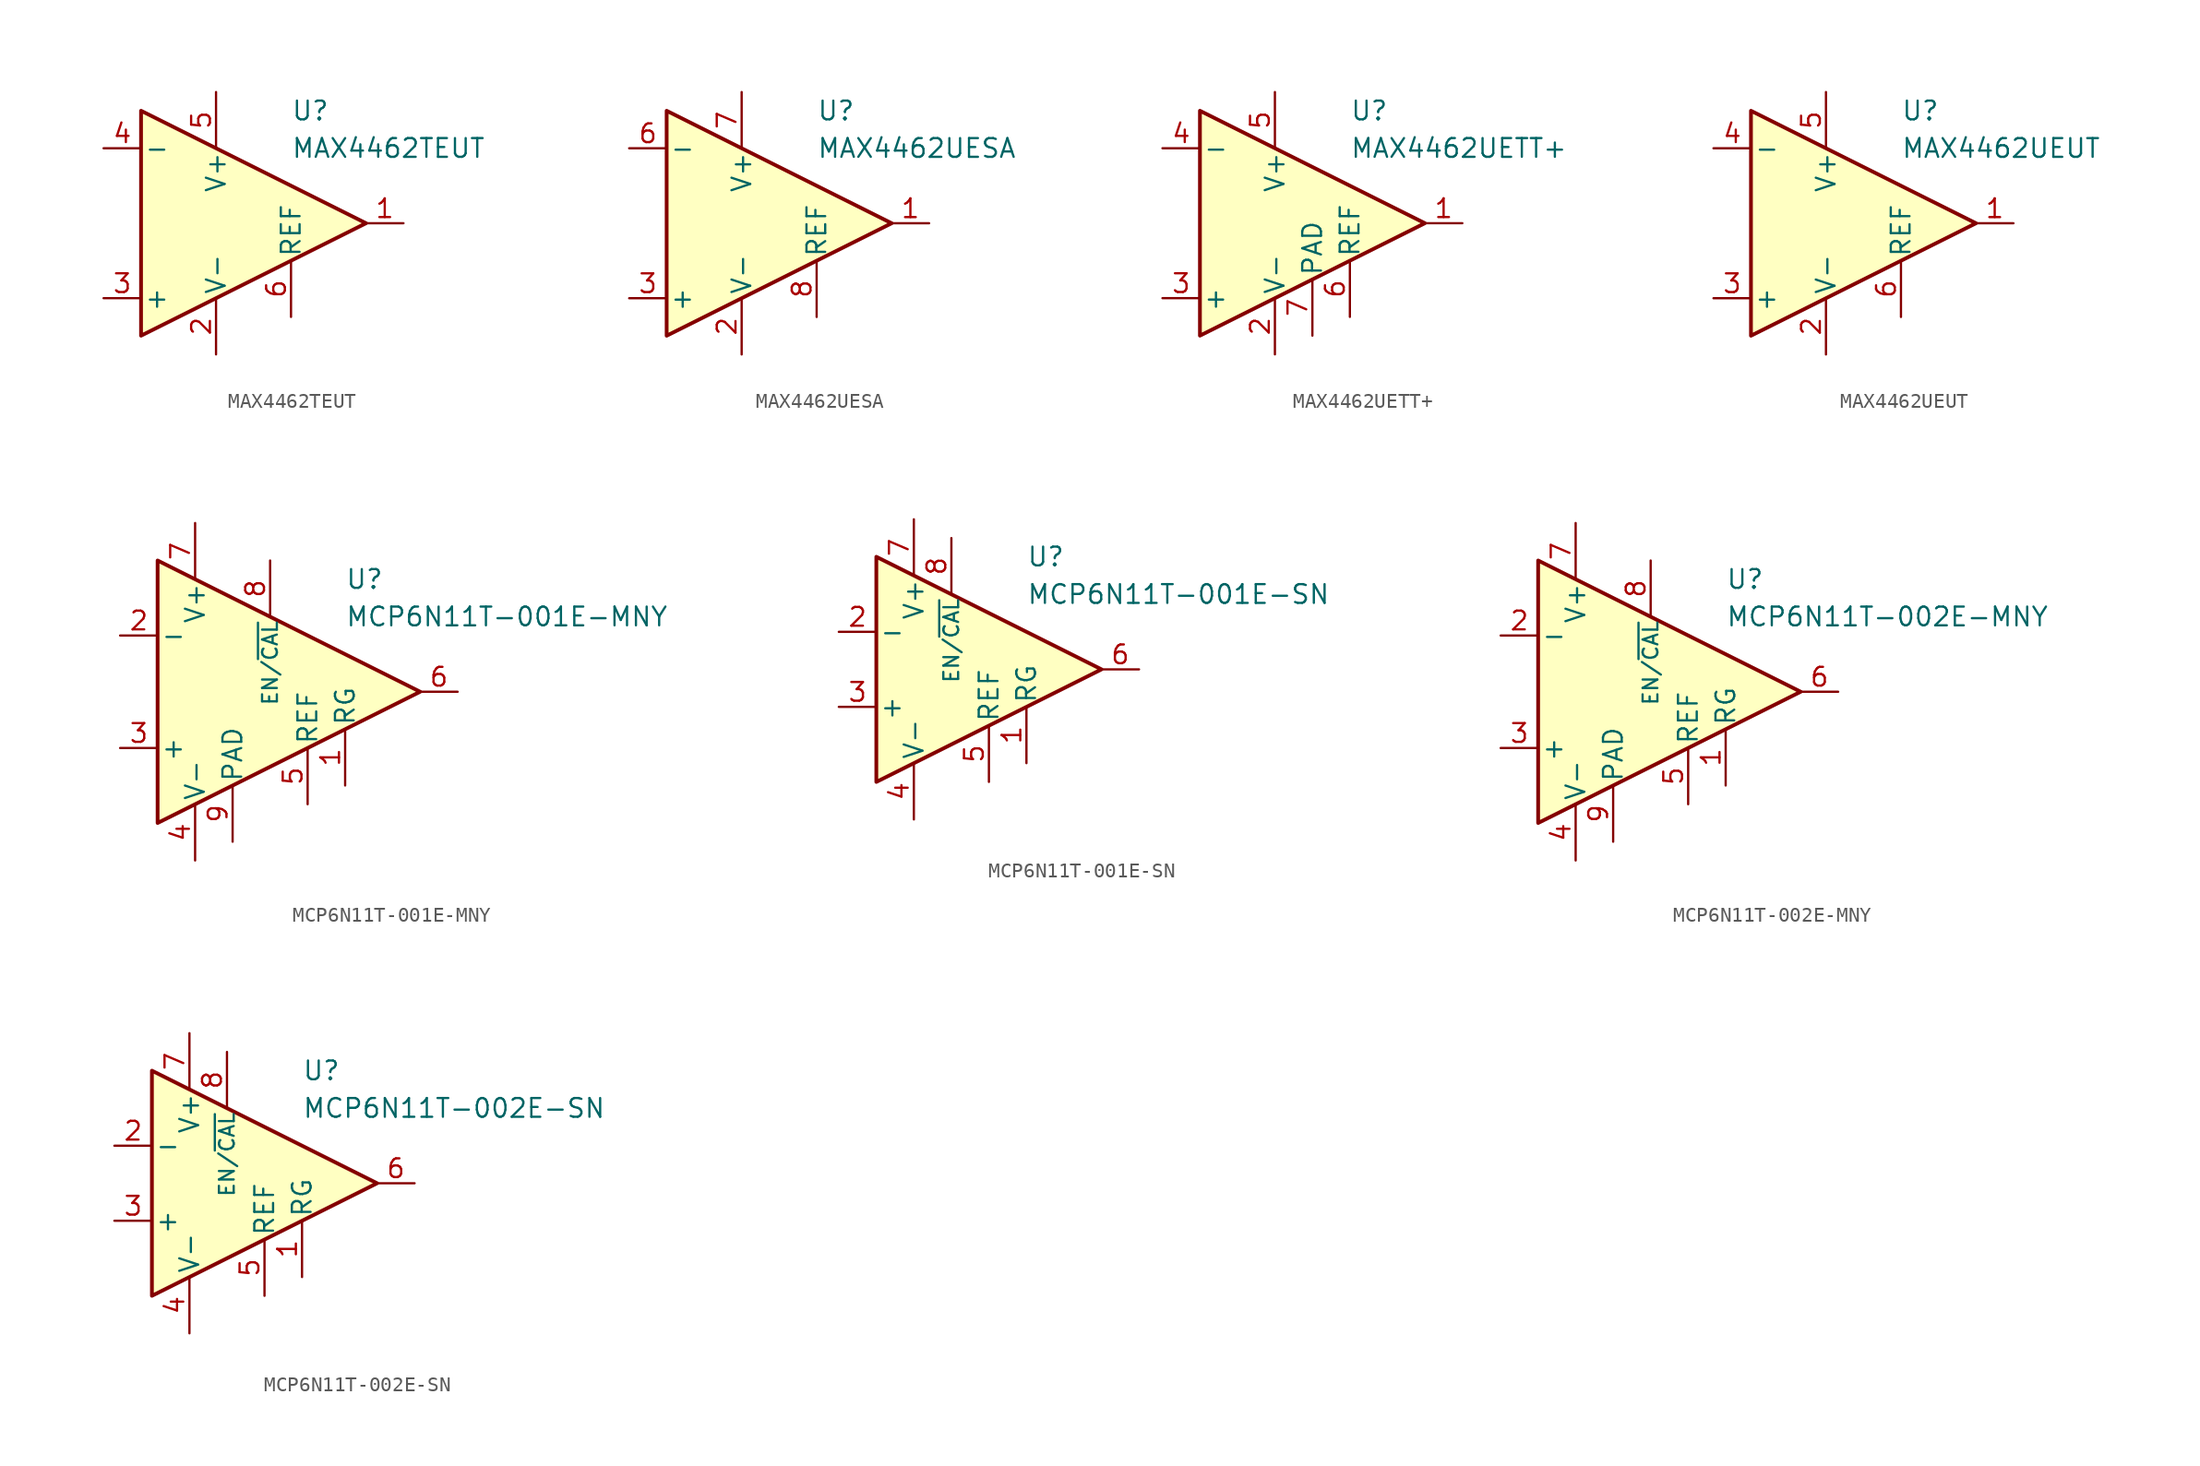
<source format=kicad_sym>
(kicad_symbol_lib
  (version 20211014)
  (generator kicad_symbol_editor)
  (symbol "MAX4462TEUT"
    (pin_names
      (offset 0.2))
    (property "Reference" "U"
      (at 6.35 7.62 0)
      (effects (font (size 1.27 1.27)) (justify left)))
    (property "Value" "MAX4462TEUT"
      (at 6.35 5.08 0)
      (effects (font (size 1.27 1.27)) (justify left)))
    (symbol "MAX4462TEUT_0_1"
      (polyline (pts (xy -3.81 7.62) (xy -3.81 -7.62) (xy 11.43 0) (xy -3.81 7.62)) (stroke (width 0.254) (type default) (color 0 0 0 0)) (fill (type background))))
    (symbol "MAX4462TEUT_1_1"
      (pin output line (at 13.97 0 180) (length 2.54) (name "~" (effects (font (size 1.27 1.27)))) (number "1" (effects (font (size 1.27 1.27)))))
      (pin power_in line (at 1.27 -8.89 90) (length 3.81) (name "V-" (effects (font (size 1.27 1.27)))) (number "2" (effects (font (size 1.27 1.27)))))
      (pin input line (at -6.35 -5.08 0) (length 2.54) (name "+" (effects (font (size 1.27 1.27)))) (number "3" (effects (font (size 1.27 1.27)))))
      (pin input line (at -6.35 5.08 0) (length 2.54) (name "-" (effects (font (size 1.27 1.27)))) (number "4" (effects (font (size 1.27 1.27)))))
      (pin power_in line (at 1.27 8.89 270) (length 3.81) (name "V+" (effects (font (size 1.27 1.27)))) (number "5" (effects (font (size 1.27 1.27)))))
      (pin input line (at 6.35 -6.35 90) (length 3.81) (name "REF" (effects (font (size 1.27 1.27)))) (number "6" (effects (font (size 1.27 1.27)))))))
  (symbol "MAX4462UESA"
    (pin_names
      (offset 0.2))
    (property "Reference" "U"
      (at 6.35 7.62 0)
      (effects (font (size 1.27 1.27)) (justify left)))
    (property "Value" "MAX4462UESA"
      (at 6.35 5.08 0)
      (effects (font (size 1.27 1.27)) (justify left)))
    (symbol "MAX4462UESA_0_1"
      (polyline (pts (xy -3.81 7.62) (xy -3.81 -7.62) (xy 11.43 0) (xy -3.81 7.62)) (stroke (width 0.254) (type default) (color 0 0 0 0)) (fill (type background))))
    (symbol "MAX4462UESA_1_1"
      (pin output line (at 13.97 0 180) (length 2.54) (name "~" (effects (font (size 1.27 1.27)))) (number "1" (effects (font (size 1.27 1.27)))))
      (pin power_in line (at 1.27 -8.89 90) (length 3.81) (name "V-" (effects (font (size 1.27 1.27)))) (number "2" (effects (font (size 1.27 1.27)))))
      (pin input line (at -6.35 -5.08 0) (length 2.54) (name "+" (effects (font (size 1.27 1.27)))) (number "3" (effects (font (size 1.27 1.27)))))
      (pin no_connect line (at -1.27 1.27 0) (length 2.54) hide (name "NC" (effects (font (size 1.27 1.27)))) (number "4" (effects (font (size 1.27 1.27)))))
      (pin no_connect line (at -1.27 -1.27 0) (length 2.54) hide (name "NC" (effects (font (size 1.27 1.27)))) (number "5" (effects (font (size 1.27 1.27)))))
      (pin input line (at -6.35 5.08 0) (length 2.54) (name "-" (effects (font (size 1.27 1.27)))) (number "6" (effects (font (size 1.27 1.27)))))
      (pin power_in line (at 1.27 8.89 270) (length 3.81) (name "V+" (effects (font (size 1.27 1.27)))) (number "7" (effects (font (size 1.27 1.27)))))
      (pin input line (at 6.35 -6.35 90) (length 3.81) (name "REF" (effects (font (size 1.27 1.27)))) (number "8" (effects (font (size 1.27 1.27)))))))
  (symbol "MAX4462UETT+"
    (pin_names
      (offset 0.2))
    (property "Reference" "U"
      (at 6.35 7.62 0)
      (effects (font (size 1.27 1.27)) (justify left)))
    (property "Value" "MAX4462UETT+"
      (at 6.35 5.08 0)
      (effects (font (size 1.27 1.27)) (justify left)))
    (symbol "MAX4462UETT+_0_1"
      (polyline (pts (xy -3.81 7.62) (xy -3.81 -7.62) (xy 11.43 0) (xy -3.81 7.62)) (stroke (width 0.254) (type default) (color 0 0 0 0)) (fill (type background))))
    (symbol "MAX4462UETT+_1_1"
      (pin output line (at 13.97 0 180) (length 2.54) (name "~" (effects (font (size 1.27 1.27)))) (number "1" (effects (font (size 1.27 1.27)))))
      (pin power_in line (at 1.27 -8.89 90) (length 3.81) (name "V-" (effects (font (size 1.27 1.27)))) (number "2" (effects (font (size 1.27 1.27)))))
      (pin input line (at -6.35 -5.08 0) (length 2.54) (name "+" (effects (font (size 1.27 1.27)))) (number "3" (effects (font (size 1.27 1.27)))))
      (pin input line (at -6.35 5.08 0) (length 2.54) (name "-" (effects (font (size 1.27 1.27)))) (number "4" (effects (font (size 1.27 1.27)))))
      (pin power_in line (at 1.27 8.89 270) (length 3.81) (name "V+" (effects (font (size 1.27 1.27)))) (number "5" (effects (font (size 1.27 1.27)))))
      (pin input line (at 6.35 -6.35 90) (length 3.81) (name "REF" (effects (font (size 1.27 1.27)))) (number "6" (effects (font (size 1.27 1.27)))))
      (pin power_in line (at 3.81 -7.62 90) (length 3.81) (name "PAD" (effects (font (size 1.27 1.27)))) (number "7" (effects (font (size 1.27 1.27)))))))
  (symbol "MAX4462UEUT"
    (pin_names
      (offset 0.2))
    (property "Reference" "U"
      (at 6.35 7.62 0)
      (effects (font (size 1.27 1.27)) (justify left)))
    (property "Value" "MAX4462UEUT"
      (at 6.35 5.08 0)
      (effects (font (size 1.27 1.27)) (justify left)))
    (symbol "MAX4462UEUT_0_1"
      (polyline (pts (xy -3.81 7.62) (xy -3.81 -7.62) (xy 11.43 0) (xy -3.81 7.62)) (stroke (width 0.254) (type default) (color 0 0 0 0)) (fill (type background))))
    (symbol "MAX4462UEUT_1_1"
      (pin output line (at 13.97 0 180) (length 2.54) (name "~" (effects (font (size 1.27 1.27)))) (number "1" (effects (font (size 1.27 1.27)))))
      (pin power_in line (at 1.27 -8.89 90) (length 3.81) (name "V-" (effects (font (size 1.27 1.27)))) (number "2" (effects (font (size 1.27 1.27)))))
      (pin input line (at -6.35 -5.08 0) (length 2.54) (name "+" (effects (font (size 1.27 1.27)))) (number "3" (effects (font (size 1.27 1.27)))))
      (pin input line (at -6.35 5.08 0) (length 2.54) (name "-" (effects (font (size 1.27 1.27)))) (number "4" (effects (font (size 1.27 1.27)))))
      (pin power_in line (at 1.27 8.89 270) (length 3.81) (name "V+" (effects (font (size 1.27 1.27)))) (number "5" (effects (font (size 1.27 1.27)))))
      (pin input line (at 6.35 -6.35 90) (length 3.81) (name "REF" (effects (font (size 1.27 1.27)))) (number "6" (effects (font (size 1.27 1.27)))))))
  (symbol "MCP6N11T-001E-MNY"
    (pin_names
      (offset 0.2))
    (property "Reference" "U"
      (at 6.35 7.62 0)
      (effects (font (size 1.27 1.27)) (justify left)))
    (property "Value" "MCP6N11T-001E-MNY"
      (at 6.35 5.08 0)
      (effects (font (size 1.27 1.27)) (justify left)))
    (symbol "MCP6N11T-001E-MNY_0_1"
      (polyline (pts (xy -6.35 8.89) (xy -6.35 -8.89) (xy 11.43 0) (xy -6.35 8.89)) (stroke (width 0.254) (type default) (color 0 0 0 0)) (fill (type background))))
    (symbol "MCP6N11T-001E-MNY_1_1"
      (pin passive line (at 6.35 -6.35 90) (length 3.81) (name "RG" (effects (font (size 1.27 1.27)))) (number "1" (effects (font (size 1.27 1.27)))))
      (pin input line (at -8.89 3.81 0) (length 2.54) (name "-" (effects (font (size 1.27 1.27)))) (number "2" (effects (font (size 1.27 1.27)))))
      (pin input line (at -8.89 -3.81 0) (length 2.54) (name "+" (effects (font (size 1.27 1.27)))) (number "3" (effects (font (size 1.27 1.27)))))
      (pin power_in line (at -3.81 -11.43 90) (length 3.81) (name "V-" (effects (font (size 1.27 1.27)))) (number "4" (effects (font (size 1.27 1.27)))))
      (pin input line (at 3.81 -7.62 90) (length 3.81) (name "REF" (effects (font (size 1.27 1.27)))) (number "5" (effects (font (size 1.27 1.27)))))
      (pin output line (at 13.97 0 180) (length 2.54) (name "~" (effects (font (size 1.27 1.27)))) (number "6" (effects (font (size 1.27 1.27)))))
      (pin power_in line (at -3.81 11.43 270) (length 3.81) (name "V+" (effects (font (size 1.27 1.27)))) (number "7" (effects (font (size 1.27 1.27)))))
      (pin input line (at 1.27 8.89 270) (length 3.81) (name "EN/~{CAL}" (effects (font (size 1 1)))) (number "8" (effects (font (size 1.27 1.27)))))
      (pin power_in line (at -1.27 -10.16 90) (length 3.81) (name "PAD" (effects (font (size 1.27 1.27)))) (number "9" (effects (font (size 1.27 1.27)))))))
  (symbol "MCP6N11T-001E-SN"
    (pin_names
      (offset 0.2))
    (property "Reference" "U"
      (at 3.81 7.62 0)
      (effects (font (size 1.27 1.27)) (justify left)))
    (property "Value" "MCP6N11T-001E-SN"
      (at 3.81 5.08 0)
      (effects (font (size 1.27 1.27)) (justify left)))
    (symbol "MCP6N11T-001E-SN_0_1"
      (polyline (pts (xy -6.35 7.62) (xy -6.35 -7.62) (xy 8.89 0) (xy -6.35 7.62)) (stroke (width 0.254) (type default) (color 0 0 0 0)) (fill (type background))))
    (symbol "MCP6N11T-001E-SN_1_1"
      (pin passive line (at 3.81 -6.35 90) (length 3.81) (name "RG" (effects (font (size 1.27 1.27)))) (number "1" (effects (font (size 1.27 1.27)))))
      (pin input line (at -8.89 2.54 0) (length 2.54) (name "-" (effects (font (size 1.27 1.27)))) (number "2" (effects (font (size 1.27 1.27)))))
      (pin input line (at -8.89 -2.54 0) (length 2.54) (name "+" (effects (font (size 1.27 1.27)))) (number "3" (effects (font (size 1.27 1.27)))))
      (pin power_in line (at -3.81 -10.16 90) (length 3.81) (name "V-" (effects (font (size 1.27 1.27)))) (number "4" (effects (font (size 1.27 1.27)))))
      (pin input line (at 1.27 -7.62 90) (length 3.81) (name "REF" (effects (font (size 1.27 1.27)))) (number "5" (effects (font (size 1.27 1.27)))))
      (pin output line (at 11.43 0 180) (length 2.54) (name "~" (effects (font (size 1.27 1.27)))) (number "6" (effects (font (size 1.27 1.27)))))
      (pin power_in line (at -3.81 10.16 270) (length 3.81) (name "V+" (effects (font (size 1.27 1.27)))) (number "7" (effects (font (size 1.27 1.27)))))
      (pin input line (at -1.27 8.89 270) (length 3.81) (name "EN/~{CAL}" (effects (font (size 1 1)))) (number "8" (effects (font (size 1.27 1.27)))))))
  (symbol "MCP6N11T-002E-MNY"
    (pin_names
      (offset 0.2))
    (property "Reference" "U"
      (at 6.35 7.62 0)
      (effects (font (size 1.27 1.27)) (justify left)))
    (property "Value" "MCP6N11T-002E-MNY"
      (at 6.35 5.08 0)
      (effects (font (size 1.27 1.27)) (justify left)))
    (symbol "MCP6N11T-002E-MNY_0_1"
      (polyline (pts (xy -6.35 8.89) (xy -6.35 -8.89) (xy 11.43 0) (xy -6.35 8.89)) (stroke (width 0.254) (type default) (color 0 0 0 0)) (fill (type background))))
    (symbol "MCP6N11T-002E-MNY_1_1"
      (pin passive line (at 6.35 -6.35 90) (length 3.81) (name "RG" (effects (font (size 1.27 1.27)))) (number "1" (effects (font (size 1.27 1.27)))))
      (pin input line (at -8.89 3.81 0) (length 2.54) (name "-" (effects (font (size 1.27 1.27)))) (number "2" (effects (font (size 1.27 1.27)))))
      (pin input line (at -8.89 -3.81 0) (length 2.54) (name "+" (effects (font (size 1.27 1.27)))) (number "3" (effects (font (size 1.27 1.27)))))
      (pin power_in line (at -3.81 -11.43 90) (length 3.81) (name "V-" (effects (font (size 1.27 1.27)))) (number "4" (effects (font (size 1.27 1.27)))))
      (pin input line (at 3.81 -7.62 90) (length 3.81) (name "REF" (effects (font (size 1.27 1.27)))) (number "5" (effects (font (size 1.27 1.27)))))
      (pin output line (at 13.97 0 180) (length 2.54) (name "~" (effects (font (size 1.27 1.27)))) (number "6" (effects (font (size 1.27 1.27)))))
      (pin power_in line (at -3.81 11.43 270) (length 3.81) (name "V+" (effects (font (size 1.27 1.27)))) (number "7" (effects (font (size 1.27 1.27)))))
      (pin input line (at 1.27 8.89 270) (length 3.81) (name "EN/~{CAL}" (effects (font (size 1 1)))) (number "8" (effects (font (size 1.27 1.27)))))
      (pin power_in line (at -1.27 -10.16 90) (length 3.81) (name "PAD" (effects (font (size 1.27 1.27)))) (number "9" (effects (font (size 1.27 1.27)))))))
  (symbol "MCP6N11T-002E-SN"
    (pin_names
      (offset 0.2))
    (property "Reference" "U"
      (at 3.81 7.62 0)
      (effects (font (size 1.27 1.27)) (justify left)))
    (property "Value" "MCP6N11T-002E-SN"
      (at 3.81 5.08 0)
      (effects (font (size 1.27 1.27)) (justify left)))
    (symbol "MCP6N11T-002E-SN_0_1"
      (polyline (pts (xy -6.35 7.62) (xy -6.35 -7.62) (xy 8.89 0) (xy -6.35 7.62)) (stroke (width 0.254) (type default) (color 0 0 0 0)) (fill (type background))))
    (symbol "MCP6N11T-002E-SN_1_1"
      (pin passive line (at 3.81 -6.35 90) (length 3.81) (name "RG" (effects (font (size 1.27 1.27)))) (number "1" (effects (font (size 1.27 1.27)))))
      (pin input line (at -8.89 2.54 0) (length 2.54) (name "-" (effects (font (size 1.27 1.27)))) (number "2" (effects (font (size 1.27 1.27)))))
      (pin input line (at -8.89 -2.54 0) (length 2.54) (name "+" (effects (font (size 1.27 1.27)))) (number "3" (effects (font (size 1.27 1.27)))))
      (pin power_in line (at -3.81 -10.16 90) (length 3.81) (name "V-" (effects (font (size 1.27 1.27)))) (number "4" (effects (font (size 1.27 1.27)))))
      (pin input line (at 1.27 -7.62 90) (length 3.81) (name "REF" (effects (font (size 1.27 1.27)))) (number "5" (effects (font (size 1.27 1.27)))))
      (pin output line (at 11.43 0 180) (length 2.54) (name "~" (effects (font (size 1.27 1.27)))) (number "6" (effects (font (size 1.27 1.27)))))
      (pin power_in line (at -3.81 10.16 270) (length 3.81) (name "V+" (effects (font (size 1.27 1.27)))) (number "7" (effects (font (size 1.27 1.27)))))
      (pin input line (at -1.27 8.89 270) (length 3.81) (name "EN/~{CAL}" (effects (font (size 1 1)))) (number "8" (effects (font (size 1.27 1.27))))))))
</source>
